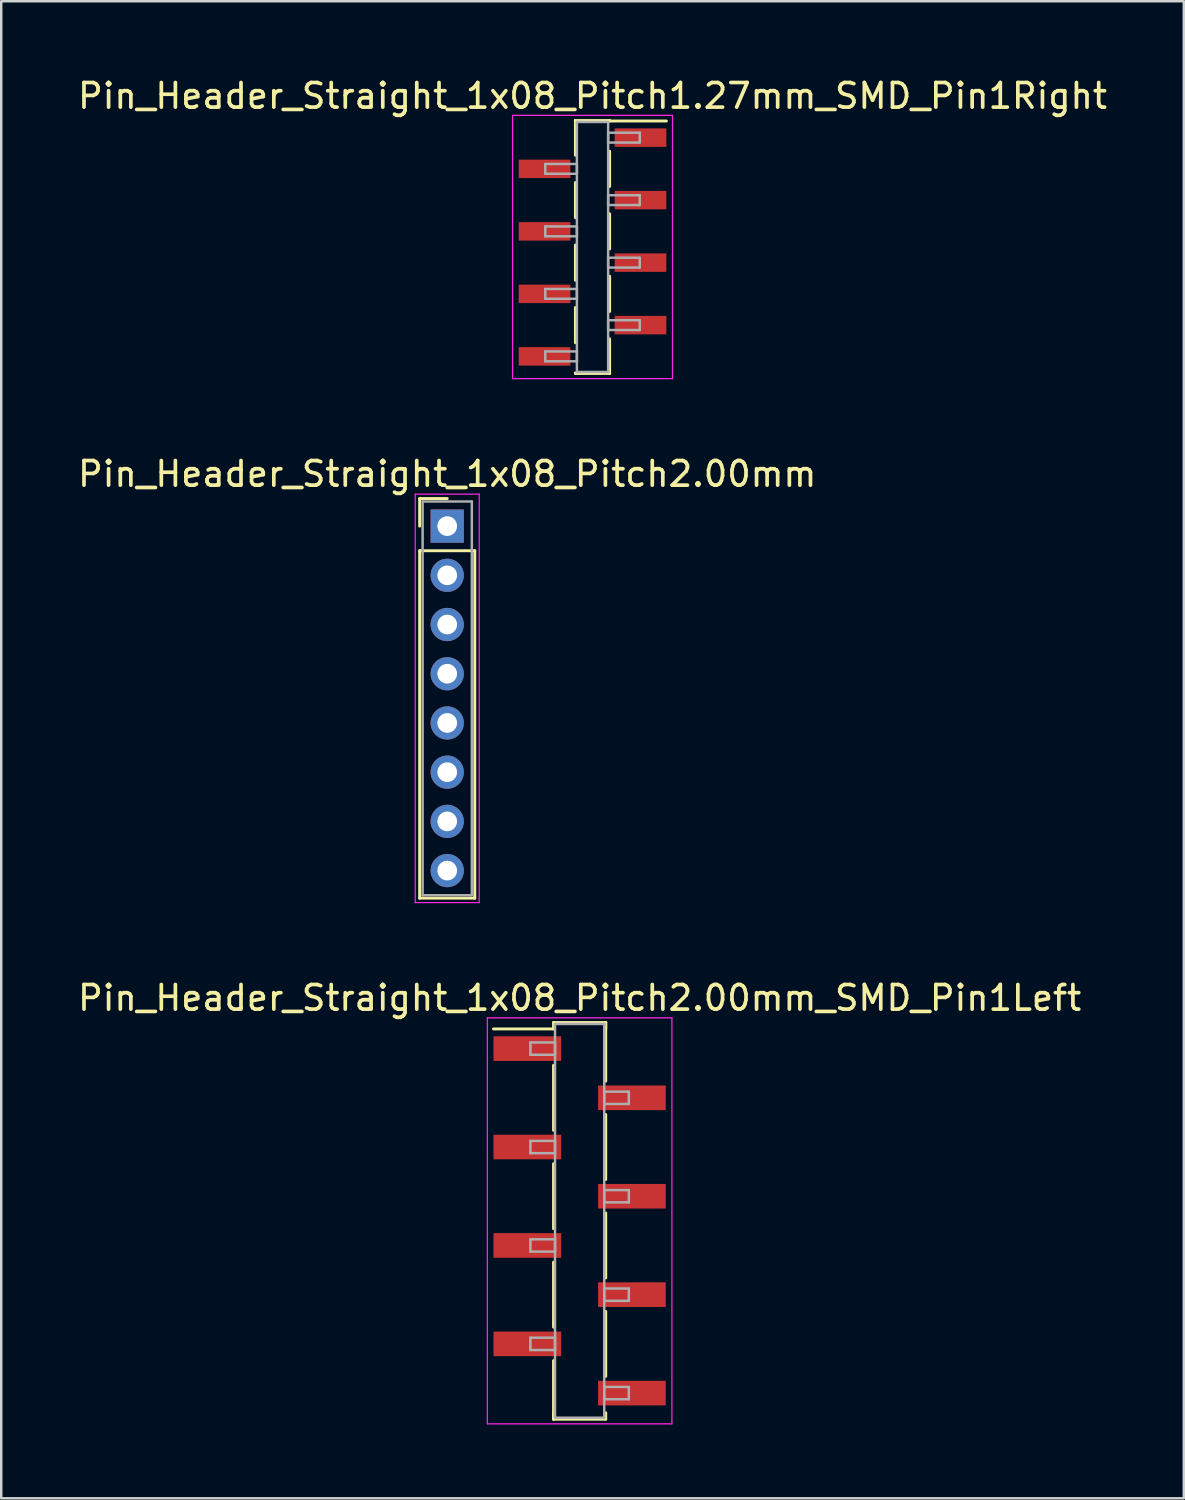
<source format=kicad_pcb>
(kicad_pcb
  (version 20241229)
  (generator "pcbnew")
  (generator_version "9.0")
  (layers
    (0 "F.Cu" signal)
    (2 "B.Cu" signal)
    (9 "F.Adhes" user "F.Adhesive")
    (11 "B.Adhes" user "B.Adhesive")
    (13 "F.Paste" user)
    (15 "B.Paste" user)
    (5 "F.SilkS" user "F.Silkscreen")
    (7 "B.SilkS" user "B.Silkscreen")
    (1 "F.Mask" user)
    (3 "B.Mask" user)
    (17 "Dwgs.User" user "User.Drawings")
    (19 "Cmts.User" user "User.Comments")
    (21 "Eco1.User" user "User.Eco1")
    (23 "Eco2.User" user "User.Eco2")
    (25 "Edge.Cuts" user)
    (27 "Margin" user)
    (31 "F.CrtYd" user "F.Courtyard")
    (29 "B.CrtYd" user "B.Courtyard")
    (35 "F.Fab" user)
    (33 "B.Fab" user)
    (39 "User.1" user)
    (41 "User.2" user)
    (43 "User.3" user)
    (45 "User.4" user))
  (footprint "Pin_Header_Straight_1x08_Pitch2.00mm_SMD_Pin1Left"
    (layer "F.Cu")
    (at 20.506 46.565)
    (property "Reference" "Pin_Header_Straight_1x08_Pitch2.00mm_SMD_Pin1Left" (at 0 -9.06 0) (layer "F.SilkS") (effects (font (size 1 1) (thickness 0.15))))
    (attr smd)
    (fp_line (start -1.06 -8.06) (end 1.06 -8.06) (stroke (width 0.12) (type solid)) (layer "F.SilkS"))
    (fp_line (start -1.06 -7.8) (end -3.5 -7.8) (stroke (width 0.12) (type solid)) (layer "F.SilkS"))
    (fp_line (start -1.06 -7.8) (end -1.06 -8.06) (stroke (width 0.12) (type solid)) (layer "F.SilkS"))
    (fp_line (start -1.06 -6.32) (end -1.06 -3.68) (stroke (width 0.12) (type solid)) (layer "F.SilkS"))
    (fp_line (start -1.06 -2.32) (end -1.06 0.32) (stroke (width 0.12) (type solid)) (layer "F.SilkS"))
    (fp_line (start -1.06 1.68) (end -1.06 4.32) (stroke (width 0.12) (type solid)) (layer "F.SilkS"))
    (fp_line (start -1.06 5.68) (end -1.06 8.06) (stroke (width 0.12) (type solid)) (layer "F.SilkS"))
    (fp_line (start -1.06 7.8) (end -1.06 8.06) (stroke (width 0.12) (type solid)) (layer "F.SilkS"))
    (fp_line (start -1.06 8.06) (end 1.06 8.06) (stroke (width 0.12) (type solid)) (layer "F.SilkS"))
    (fp_line (start 1.06 -8.06) (end 1.06 -7.8) (stroke (width 0.12) (type solid)) (layer "F.SilkS"))
    (fp_line (start 1.06 -8.06) (end 1.06 -5.68) (stroke (width 0.12) (type solid)) (layer "F.SilkS"))
    (fp_line (start 1.06 -4.32) (end 1.06 -1.68) (stroke (width 0.12) (type solid)) (layer "F.SilkS"))
    (fp_line (start 1.06 -0.32) (end 1.06 2.32) (stroke (width 0.12) (type solid)) (layer "F.SilkS"))
    (fp_line (start 1.06 3.68) (end 1.06 6.32) (stroke (width 0.12) (type solid)) (layer "F.SilkS"))
    (fp_line (start 1.06 8.06) (end 1.06 7.8) (stroke (width 0.12) (type solid)) (layer "F.SilkS"))
    (fp_line (start -3.75 -8.25) (end -3.75 8.25) (stroke (width 0.05) (type solid)) (layer "F.CrtYd"))
    (fp_line (start -3.75 8.25) (end 3.75 8.25) (stroke (width 0.05) (type solid)) (layer "F.CrtYd"))
    (fp_line (start 3.75 -8.25) (end -3.75 -8.25) (stroke (width 0.05) (type solid)) (layer "F.CrtYd"))
    (fp_line (start 3.75 8.25) (end 3.75 -8.25) (stroke (width 0.05) (type solid)) (layer "F.CrtYd"))
    (fp_line (start -2 -7.25) (end -1 -7.25) (stroke (width 0.1) (type solid)) (layer "F.Fab"))
    (fp_line (start -2 -6.75) (end -2 -7.25) (stroke (width 0.1) (type solid)) (layer "F.Fab"))
    (fp_line (start -2 -3.25) (end -1 -3.25) (stroke (width 0.1) (type solid)) (layer "F.Fab"))
    (fp_line (start -2 -2.75) (end -2 -3.25) (stroke (width 0.1) (type solid)) (layer "F.Fab"))
    (fp_line (start -2 0.75) (end -1 0.75) (stroke (width 0.1) (type solid)) (layer "F.Fab"))
    (fp_line (start -2 1.25) (end -2 0.75) (stroke (width 0.1) (type solid)) (layer "F.Fab"))
    (fp_line (start -2 4.75) (end -1 4.75) (stroke (width 0.1) (type solid)) (layer "F.Fab"))
    (fp_line (start -2 5.25) (end -2 4.75) (stroke (width 0.1) (type solid)) (layer "F.Fab"))
    (fp_line (start -1 -8) (end -1 8) (stroke (width 0.1) (type solid)) (layer "F.Fab"))
    (fp_line (start -1 -7.25) (end -1 -6.75) (stroke (width 0.1) (type solid)) (layer "F.Fab"))
    (fp_line (start -1 -6.75) (end -2 -6.75) (stroke (width 0.1) (type solid)) (layer "F.Fab"))
    (fp_line (start -1 -3.25) (end -1 -2.75) (stroke (width 0.1) (type solid)) (layer "F.Fab"))
    (fp_line (start -1 -2.75) (end -2 -2.75) (stroke (width 0.1) (type solid)) (layer "F.Fab"))
    (fp_line (start -1 0.75) (end -1 1.25) (stroke (width 0.1) (type solid)) (layer "F.Fab"))
    (fp_line (start -1 1.25) (end -2 1.25) (stroke (width 0.1) (type solid)) (layer "F.Fab"))
    (fp_line (start -1 4.75) (end -1 5.25) (stroke (width 0.1) (type solid)) (layer "F.Fab"))
    (fp_line (start -1 5.25) (end -2 5.25) (stroke (width 0.1) (type solid)) (layer "F.Fab"))
    (fp_line (start -1 8) (end 1 8) (stroke (width 0.1) (type solid)) (layer "F.Fab"))
    (fp_line (start 1 -8) (end -1 -8) (stroke (width 0.1) (type solid)) (layer "F.Fab"))
    (fp_line (start 1 -5.25) (end 1 -4.75) (stroke (width 0.1) (type solid)) (layer "F.Fab"))
    (fp_line (start 1 -4.75) (end 2 -4.75) (stroke (width 0.1) (type solid)) (layer "F.Fab"))
    (fp_line (start 1 -1.25) (end 1 -0.75) (stroke (width 0.1) (type solid)) (layer "F.Fab"))
    (fp_line (start 1 -0.75) (end 2 -0.75) (stroke (width 0.1) (type solid)) (layer "F.Fab"))
    (fp_line (start 1 2.75) (end 1 3.25) (stroke (width 0.1) (type solid)) (layer "F.Fab"))
    (fp_line (start 1 3.25) (end 2 3.25) (stroke (width 0.1) (type solid)) (layer "F.Fab"))
    (fp_line (start 1 6.75) (end 1 7.25) (stroke (width 0.1) (type solid)) (layer "F.Fab"))
    (fp_line (start 1 7.25) (end 2 7.25) (stroke (width 0.1) (type solid)) (layer "F.Fab"))
    (fp_line (start 1 8) (end 1 -8) (stroke (width 0.1) (type solid)) (layer "F.Fab"))
    (fp_line (start 2 -5.25) (end 1 -5.25) (stroke (width 0.1) (type solid)) (layer "F.Fab"))
    (fp_line (start 2 -4.75) (end 2 -5.25) (stroke (width 0.1) (type solid)) (layer "F.Fab"))
    (fp_line (start 2 -1.25) (end 1 -1.25) (stroke (width 0.1) (type solid)) (layer "F.Fab"))
    (fp_line (start 2 -0.75) (end 2 -1.25) (stroke (width 0.1) (type solid)) (layer "F.Fab"))
    (fp_line (start 2 2.75) (end 1 2.75) (stroke (width 0.1) (type solid)) (layer "F.Fab"))
    (fp_line (start 2 3.25) (end 2 2.75) (stroke (width 0.1) (type solid)) (layer "F.Fab"))
    (fp_line (start 2 6.75) (end 1 6.75) (stroke (width 0.1) (type solid)) (layer "F.Fab"))
    (fp_line (start 2 7.25) (end 2 6.75) (stroke (width 0.1) (type solid)) (layer "F.Fab"))
    (pad "1" smd rect (at -2.125 -7) (size 2.75 1) (layers "F.Cu" "F.Mask"))
    (pad "2" smd rect (at 2.125 -5) (size 2.75 1) (layers "F.Cu" "F.Mask"))
    (pad "3" smd rect (at -2.125 -3) (size 2.75 1) (layers "F.Cu" "F.Mask"))
    (pad "4" smd rect (at 2.125 -1) (size 2.75 1) (layers "F.Cu" "F.Mask"))
    (pad "5" smd rect (at -2.125 1) (size 2.75 1) (layers "F.Cu" "F.Mask"))
    (pad "6" smd rect (at 2.125 3) (size 2.75 1) (layers "F.Cu" "F.Mask"))
    (pad "7" smd rect (at -2.125 5) (size 2.75 1) (layers "F.Cu" "F.Mask"))
    (pad "8" smd rect (at 2.125 7) (size 2.75 1) (layers "F.Cu" "F.Mask")))
  (footprint "Pin_Header_Straight_1x08_Pitch2.00mm"
    (layer "F.Cu")
    (at 15.125 18.331)
    (property "Reference" "Pin_Header_Straight_1x08_Pitch2.00mm" (at 0 -2.12 0) (layer "F.SilkS") (effects (font (size 1 1) (thickness 0.15))))
    (attr through_hole)
    (fp_line (start -1.12 -1.12) (end 0 -1.12) (stroke (width 0.12) (type solid)) (layer "F.SilkS"))
    (fp_line (start -1.12 0) (end -1.12 -1.12) (stroke (width 0.12) (type solid)) (layer "F.SilkS"))
    (fp_line (start -1.12 1) (end -1.12 15.12) (stroke (width 0.12) (type solid)) (layer "F.SilkS"))
    (fp_line (start -1.12 15.12) (end 1.12 15.12) (stroke (width 0.12) (type solid)) (layer "F.SilkS"))
    (fp_line (start 1.12 1) (end -1.12 1) (stroke (width 0.12) (type solid)) (layer "F.SilkS"))
    (fp_line (start 1.12 15.12) (end 1.12 1) (stroke (width 0.12) (type solid)) (layer "F.SilkS"))
    (fp_line (start -1.3 -1.3) (end -1.3 15.3) (stroke (width 0.05) (type solid)) (layer "F.CrtYd"))
    (fp_line (start -1.3 15.3) (end 1.3 15.3) (stroke (width 0.05) (type solid)) (layer "F.CrtYd"))
    (fp_line (start 1.3 -1.3) (end -1.3 -1.3) (stroke (width 0.05) (type solid)) (layer "F.CrtYd"))
    (fp_line (start 1.3 15.3) (end 1.3 -1.3) (stroke (width 0.05) (type solid)) (layer "F.CrtYd"))
    (fp_line (start -1 -1) (end -1 15) (stroke (width 0.1) (type solid)) (layer "F.Fab"))
    (fp_line (start -1 15) (end 1 15) (stroke (width 0.1) (type solid)) (layer "F.Fab"))
    (fp_line (start 1 -1) (end -1 -1) (stroke (width 0.1) (type solid)) (layer "F.Fab"))
    (fp_line (start 1 15) (end 1 -1) (stroke (width 0.1) (type solid)) (layer "F.Fab"))
    (pad "1" thru_hole rect (at 0 0) (size 1.35 1.35) (drill 0.8) (layers "*.Cu" "*.Mask"))
    (pad "2" thru_hole oval (at 0 2) (size 1.35 1.35) (drill 0.8) (layers "*.Cu" "*.Mask"))
    (pad "3" thru_hole oval (at 0 4) (size 1.35 1.35) (drill 0.8) (layers "*.Cu" "*.Mask"))
    (pad "4" thru_hole oval (at 0 6) (size 1.35 1.35) (drill 0.8) (layers "*.Cu" "*.Mask"))
    (pad "5" thru_hole oval (at 0 8) (size 1.35 1.35) (drill 0.8) (layers "*.Cu" "*.Mask"))
    (pad "6" thru_hole oval (at 0 10) (size 1.35 1.35) (drill 0.8) (layers "*.Cu" "*.Mask"))
    (pad "7" thru_hole oval (at 0 12) (size 1.35 1.35) (drill 0.8) (layers "*.Cu" "*.Mask"))
    (pad "8" thru_hole oval (at 0 14) (size 1.35 1.35) (drill 0.8) (layers "*.Cu" "*.Mask")))
  (footprint "Pin_Header_Straight_1x08_Pitch1.27mm_SMD_Pin1Right"
    (layer "F.Cu")
    (at 21.03 6.988)
    (property "Reference" "Pin_Header_Straight_1x08_Pitch1.27mm_SMD_Pin1Right" (at 0 -6.14 0) (layer "F.SilkS") (effects (font (size 1 1) (thickness 0.15))))
    (attr smd)
    (fp_line (start -0.695 -5.14) (end -0.695 -3.73) (stroke (width 0.12) (type solid)) (layer "F.SilkS"))
    (fp_line (start -0.695 -5.14) (end 0.695 -5.14) (stroke (width 0.12) (type solid)) (layer "F.SilkS"))
    (fp_line (start -0.695 -5.12) (end -0.695 -5.14) (stroke (width 0.12) (type solid)) (layer "F.SilkS"))
    (fp_line (start -0.695 -2.62) (end -0.695 -1.19) (stroke (width 0.12) (type solid)) (layer "F.SilkS"))
    (fp_line (start -0.695 -0.08) (end -0.695 1.35) (stroke (width 0.12) (type solid)) (layer "F.SilkS"))
    (fp_line (start -0.695 2.46) (end -0.695 3.89) (stroke (width 0.12) (type solid)) (layer "F.SilkS"))
    (fp_line (start -0.695 5.12) (end -0.695 5.14) (stroke (width 0.12) (type solid)) (layer "F.SilkS"))
    (fp_line (start -0.695 5.14) (end 0.695 5.14) (stroke (width 0.12) (type solid)) (layer "F.SilkS"))
    (fp_line (start 0.695 -5.14) (end 0.695 -5.12) (stroke (width 0.12) (type solid)) (layer "F.SilkS"))
    (fp_line (start 0.695 -5.12) (end 3 -5.12) (stroke (width 0.12) (type solid)) (layer "F.SilkS"))
    (fp_line (start 0.695 -3.89) (end 0.695 -2.46) (stroke (width 0.12) (type solid)) (layer "F.SilkS"))
    (fp_line (start 0.695 -1.35) (end 0.695 0.08) (stroke (width 0.12) (type solid)) (layer "F.SilkS"))
    (fp_line (start 0.695 1.19) (end 0.695 2.62) (stroke (width 0.12) (type solid)) (layer "F.SilkS"))
    (fp_line (start 0.695 3.73) (end 0.695 5.14) (stroke (width 0.12) (type solid)) (layer "F.SilkS"))
    (fp_line (start 0.695 5.14) (end 0.695 5.12) (stroke (width 0.12) (type solid)) (layer "F.SilkS"))
    (fp_line (start -3.25 -5.35) (end -3.25 5.35) (stroke (width 0.05) (type solid)) (layer "F.CrtYd"))
    (fp_line (start -3.25 5.35) (end 3.25 5.35) (stroke (width 0.05) (type solid)) (layer "F.CrtYd"))
    (fp_line (start 3.25 -5.35) (end -3.25 -5.35) (stroke (width 0.05) (type solid)) (layer "F.CrtYd"))
    (fp_line (start 3.25 5.35) (end 3.25 -5.35) (stroke (width 0.05) (type solid)) (layer "F.CrtYd"))
    (fp_line (start -1.92 -3.375) (end -0.635 -3.375) (stroke (width 0.1) (type solid)) (layer "F.Fab"))
    (fp_line (start -1.92 -2.975) (end -1.92 -3.375) (stroke (width 0.1) (type solid)) (layer "F.Fab"))
    (fp_line (start -1.92 -0.835) (end -0.635 -0.835) (stroke (width 0.1) (type solid)) (layer "F.Fab"))
    (fp_line (start -1.92 -0.435) (end -1.92 -0.835) (stroke (width 0.1) (type solid)) (layer "F.Fab"))
    (fp_line (start -1.92 1.705) (end -0.635 1.705) (stroke (width 0.1) (type solid)) (layer "F.Fab"))
    (fp_line (start -1.92 2.105) (end -1.92 1.705) (stroke (width 0.1) (type solid)) (layer "F.Fab"))
    (fp_line (start -1.92 4.245) (end -0.635 4.245) (stroke (width 0.1) (type solid)) (layer "F.Fab"))
    (fp_line (start -1.92 4.645) (end -1.92 4.245) (stroke (width 0.1) (type solid)) (layer "F.Fab"))
    (fp_line (start -0.635 -5.08) (end -0.635 5.08) (stroke (width 0.1) (type solid)) (layer "F.Fab"))
    (fp_line (start -0.635 -3.375) (end -0.635 -2.975) (stroke (width 0.1) (type solid)) (layer "F.Fab"))
    (fp_line (start -0.635 -2.975) (end -1.92 -2.975) (stroke (width 0.1) (type solid)) (layer "F.Fab"))
    (fp_line (start -0.635 -0.835) (end -0.635 -0.435) (stroke (width 0.1) (type solid)) (layer "F.Fab"))
    (fp_line (start -0.635 -0.435) (end -1.92 -0.435) (stroke (width 0.1) (type solid)) (layer "F.Fab"))
    (fp_line (start -0.635 1.705) (end -0.635 2.105) (stroke (width 0.1) (type solid)) (layer "F.Fab"))
    (fp_line (start -0.635 2.105) (end -1.92 2.105) (stroke (width 0.1) (type solid)) (layer "F.Fab"))
    (fp_line (start -0.635 4.245) (end -0.635 4.645) (stroke (width 0.1) (type solid)) (layer "F.Fab"))
    (fp_line (start -0.635 4.645) (end -1.92 4.645) (stroke (width 0.1) (type solid)) (layer "F.Fab"))
    (fp_line (start -0.635 5.08) (end 0.635 5.08) (stroke (width 0.1) (type solid)) (layer "F.Fab"))
    (fp_line (start 0.635 -5.08) (end -0.635 -5.08) (stroke (width 0.1) (type solid)) (layer "F.Fab"))
    (fp_line (start 0.635 -4.645) (end 0.635 -4.245) (stroke (width 0.1) (type solid)) (layer "F.Fab"))
    (fp_line (start 0.635 -4.245) (end 1.92 -4.245) (stroke (width 0.1) (type solid)) (layer "F.Fab"))
    (fp_line (start 0.635 -2.105) (end 0.635 -1.705) (stroke (width 0.1) (type solid)) (layer "F.Fab"))
    (fp_line (start 0.635 -1.705) (end 1.92 -1.705) (stroke (width 0.1) (type solid)) (layer "F.Fab"))
    (fp_line (start 0.635 0.435) (end 0.635 0.835) (stroke (width 0.1) (type solid)) (layer "F.Fab"))
    (fp_line (start 0.635 0.835) (end 1.92 0.835) (stroke (width 0.1) (type solid)) (layer "F.Fab"))
    (fp_line (start 0.635 2.975) (end 0.635 3.375) (stroke (width 0.1) (type solid)) (layer "F.Fab"))
    (fp_line (start 0.635 3.375) (end 1.92 3.375) (stroke (width 0.1) (type solid)) (layer "F.Fab"))
    (fp_line (start 0.635 5.08) (end 0.635 -5.08) (stroke (width 0.1) (type solid)) (layer "F.Fab"))
    (fp_line (start 1.92 -4.645) (end 0.635 -4.645) (stroke (width 0.1) (type solid)) (layer "F.Fab"))
    (fp_line (start 1.92 -4.245) (end 1.92 -4.645) (stroke (width 0.1) (type solid)) (layer "F.Fab"))
    (fp_line (start 1.92 -2.105) (end 0.635 -2.105) (stroke (width 0.1) (type solid)) (layer "F.Fab"))
    (fp_line (start 1.92 -1.705) (end 1.92 -2.105) (stroke (width 0.1) (type solid)) (layer "F.Fab"))
    (fp_line (start 1.92 0.435) (end 0.635 0.435) (stroke (width 0.1) (type solid)) (layer "F.Fab"))
    (fp_line (start 1.92 0.835) (end 1.92 0.435) (stroke (width 0.1) (type solid)) (layer "F.Fab"))
    (fp_line (start 1.92 2.975) (end 0.635 2.975) (stroke (width 0.1) (type solid)) (layer "F.Fab"))
    (fp_line (start 1.92 3.375) (end 1.92 2.975) (stroke (width 0.1) (type solid)) (layer "F.Fab"))
    (pad "1" smd rect (at 1.95 -4.445) (size 2.1 0.75) (layers "F.Cu" "F.Mask"))
    (pad "2" smd rect (at -1.95 -3.175) (size 2.1 0.75) (layers "F.Cu" "F.Mask"))
    (pad "3" smd rect (at 1.95 -1.905) (size 2.1 0.75) (layers "F.Cu" "F.Mask"))
    (pad "4" smd rect (at -1.95 -0.635) (size 2.1 0.75) (layers "F.Cu" "F.Mask"))
    (pad "5" smd rect (at 1.95 0.635) (size 2.1 0.75) (layers "F.Cu" "F.Mask"))
    (pad "6" smd rect (at -1.95 1.905) (size 2.1 0.75) (layers "F.Cu" "F.Mask"))
    (pad "7" smd rect (at 1.95 3.175) (size 2.1 0.75) (layers "F.Cu" "F.Mask"))
    (pad "8" smd rect (at -1.95 4.445) (size 2.1 0.75) (layers "F.Cu" "F.Mask")))
  (gr_rect
    (start -3 -3)
    (end 45.06 57.84)
    (stroke (width 0.1) (type default))
    (fill no)
    (layer "Edge.Cuts")))
</source>
